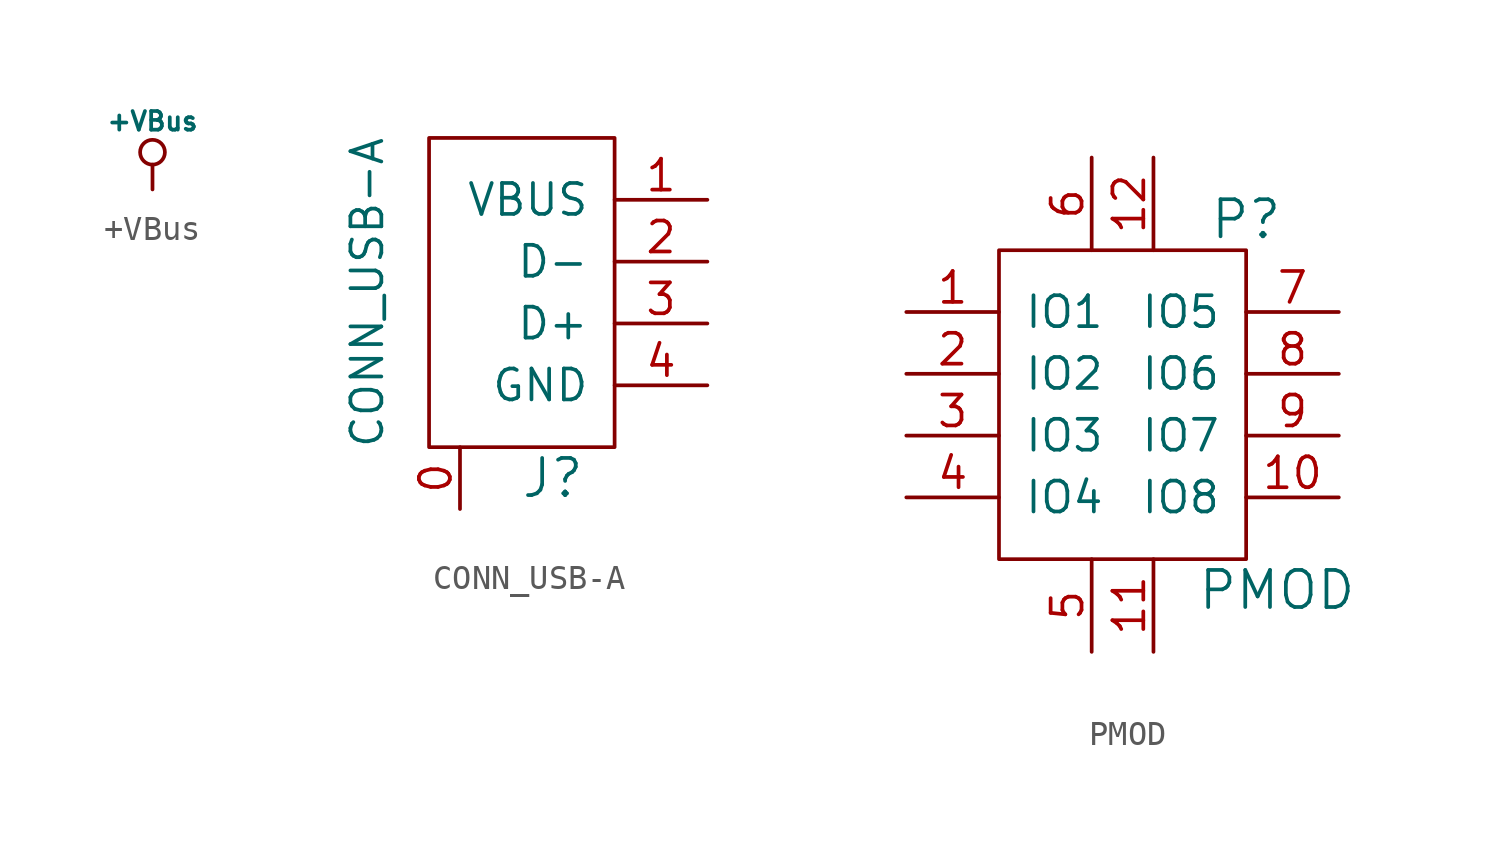
<source format=kicad_sym>
(kicad_symbol_lib
  (version 20211014)
  (generator kicad_symbol_editor)
  (symbol "+VBus"
    (power)
    (pin_names
      (offset 0))
    (property "Reference" "#PWR"
      (at 0 -1.016 0)
      (effects (font (size 0.762 0.762)) hide))
    (property "Value" "+VBus"
      (at 0 2.794 0)
      (effects (font (size 0.762 0.762))))
    (property "Footprint" ""
      (at 0 0 0)
      (effects (font (size 1.524 1.524))))
    (property "Datasheet" ""
      (at 0 0 0)
      (effects (font (size 1.524 1.524))))
    (symbol "+VBus_0_0"
      (pin power_in line (at 0 0 90) (length 0) hide (name "+VBus" (effects (font (size 0.762 0.762)))) (number "1" (effects (font (size 0.762 0.762))))))
    (symbol "+VBus_0_1"
      (polyline (pts (xy 0 0) (xy 0 1.016) (xy 0 1.016)) (stroke (width 0) (type default) (color 0 0 0 0)) (fill (type none)))
      (circle (center 0 1.524) (radius 0.508) (stroke (width 0) (type default) (color 0 0 0 0)) (fill (type none)))))
  (symbol "CONN_USB-A"
    (pin_names
      (offset 1.016))
    (property "Reference" "J"
      (at 1.27 -7.62 0)
      (effects (font (size 1.524 1.524))))
    (property "Value" "CONN_USB-A"
      (at -6.35 0 90)
      (effects (font (size 1.27 1.27))))
    (property "Footprint" ""
      (at 0 0 0)
      (effects (font (size 1.524 1.524))))
    (property "Datasheet" ""
      (at 0 0 0)
      (effects (font (size 1.524 1.524))))
    (symbol "CONN_USB-A_0_1"
      (rectangle (start 3.81 -6.35) (end -3.81 6.35) (stroke (width 0) (type default) (color 0 0 0 0)) (fill (type none))))
    (symbol "CONN_USB-A_1_1"
      (pin passive line (at -2.54 -8.89 90) (length 2.54) (name "~" (effects (font (size 1.27 1.27)))) (number "0" (effects (font (size 1.27 1.27)))))
      (pin power_out line (at 7.62 3.81 180) (length 3.81) (name "VBUS" (effects (font (size 1.27 1.27)))) (number "1" (effects (font (size 1.27 1.27)))))
      (pin input line (at 7.62 1.27 180) (length 3.81) (name "D-" (effects (font (size 1.27 1.27)))) (number "2" (effects (font (size 1.27 1.27)))))
      (pin input line (at 7.62 -1.27 180) (length 3.81) (name "D+" (effects (font (size 1.27 1.27)))) (number "3" (effects (font (size 1.27 1.27)))))
      (pin power_out line (at 7.62 -3.81 180) (length 3.81) (name "GND" (effects (font (size 1.27 1.27)))) (number "4" (effects (font (size 1.27 1.27)))))))
  (symbol "PMOD"
    (pin_names
      (offset 1.016))
    (property "Reference" "P"
      (at 5.08 7.62 0)
      (effects (font (size 1.524 1.524))))
    (property "Value" "PMOD"
      (at 6.35 -7.62 0)
      (effects (font (size 1.524 1.524))))
    (property "Footprint" ""
      (at 0 0 0)
      (effects (font (size 1.524 1.524))))
    (property "Datasheet" ""
      (at 0 0 0)
      (effects (font (size 1.524 1.524))))
    (symbol "PMOD_0_1"
      (rectangle (start -5.08 6.35) (end 5.08 -6.35) (stroke (width 0) (type default) (color 0 0 0 0)) (fill (type none))))
    (symbol "PMOD_1_1"
      (pin bidirectional line (at -8.89 3.81 0) (length 3.81) (name "IO1" (effects (font (size 1.27 1.27)))) (number "1" (effects (font (size 1.27 1.27)))))
      (pin bidirectional line (at 8.89 -3.81 180) (length 3.81) (name "IO8" (effects (font (size 1.27 1.27)))) (number "10" (effects (font (size 1.27 1.27)))))
      (pin power_in line (at 1.27 -10.16 90) (length 3.81) (name "~" (effects (font (size 1.27 1.27)))) (number "11" (effects (font (size 1.27 1.27)))))
      (pin power_in line (at 1.27 10.16 270) (length 3.81) (name "~" (effects (font (size 1.27 1.27)))) (number "12" (effects (font (size 1.27 1.27)))))
      (pin bidirectional line (at -8.89 1.27 0) (length 3.81) (name "IO2" (effects (font (size 1.27 1.27)))) (number "2" (effects (font (size 1.27 1.27)))))
      (pin bidirectional line (at -8.89 -1.27 0) (length 3.81) (name "IO3" (effects (font (size 1.27 1.27)))) (number "3" (effects (font (size 1.27 1.27)))))
      (pin bidirectional line (at -8.89 -3.81 0) (length 3.81) (name "IO4" (effects (font (size 1.27 1.27)))) (number "4" (effects (font (size 1.27 1.27)))))
      (pin power_in line (at -1.27 -10.16 90) (length 3.81) (name "~" (effects (font (size 1.27 1.27)))) (number "5" (effects (font (size 1.27 1.27)))))
      (pin power_in line (at -1.27 10.16 270) (length 3.81) (name "~" (effects (font (size 1.27 1.27)))) (number "6" (effects (font (size 1.27 1.27)))))
      (pin bidirectional line (at 8.89 3.81 180) (length 3.81) (name "IO5" (effects (font (size 1.27 1.27)))) (number "7" (effects (font (size 1.27 1.27)))))
      (pin bidirectional line (at 8.89 1.27 180) (length 3.81) (name "IO6" (effects (font (size 1.27 1.27)))) (number "8" (effects (font (size 1.27 1.27)))))
      (pin bidirectional line (at 8.89 -1.27 180) (length 3.81) (name "IO7" (effects (font (size 1.27 1.27)))) (number "9" (effects (font (size 1.27 1.27))))))))
</source>
